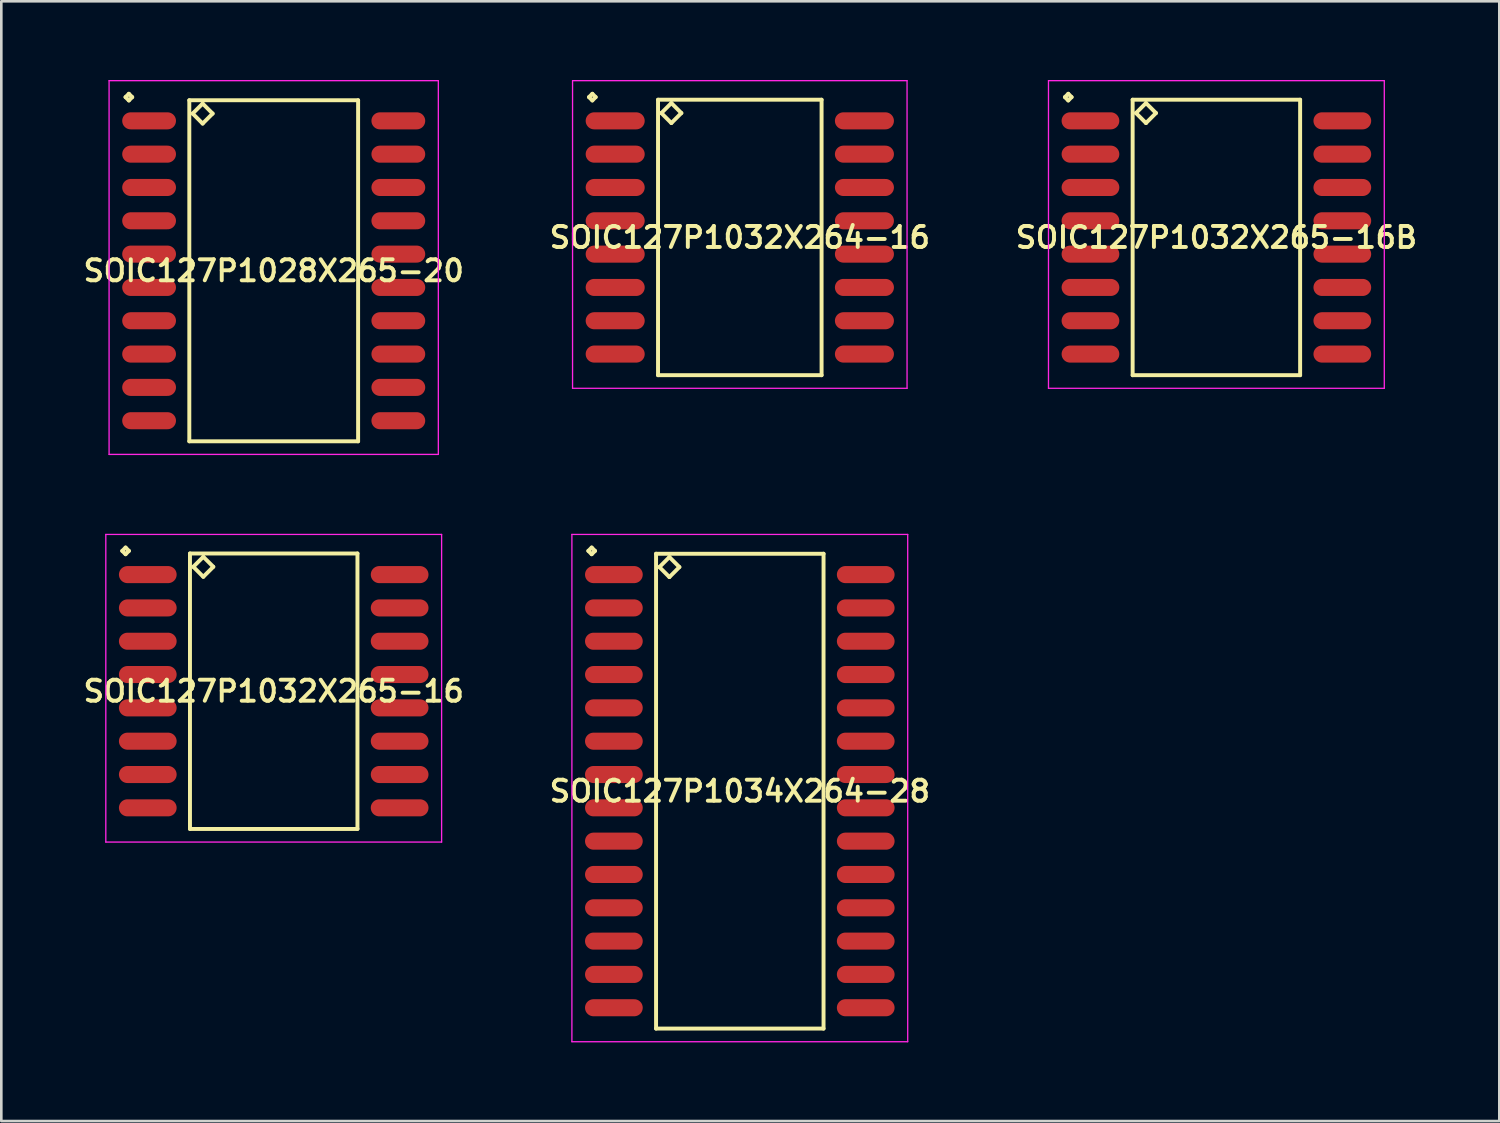
<source format=kicad_pcb>
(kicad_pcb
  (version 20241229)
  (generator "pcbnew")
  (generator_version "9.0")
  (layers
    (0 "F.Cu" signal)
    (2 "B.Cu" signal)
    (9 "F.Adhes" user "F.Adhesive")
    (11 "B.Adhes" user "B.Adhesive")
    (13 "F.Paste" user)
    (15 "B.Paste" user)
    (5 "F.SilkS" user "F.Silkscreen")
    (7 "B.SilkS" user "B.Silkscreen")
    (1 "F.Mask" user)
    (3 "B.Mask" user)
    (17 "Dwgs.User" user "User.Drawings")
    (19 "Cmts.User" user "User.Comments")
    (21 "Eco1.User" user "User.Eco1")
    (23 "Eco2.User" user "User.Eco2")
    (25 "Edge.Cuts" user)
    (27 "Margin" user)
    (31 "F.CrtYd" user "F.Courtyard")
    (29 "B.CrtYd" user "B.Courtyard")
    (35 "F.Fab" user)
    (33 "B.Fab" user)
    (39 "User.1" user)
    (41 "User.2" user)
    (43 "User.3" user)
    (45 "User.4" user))
  (footprint "SOIC127P1032X265-16"
    (layer "F.Cu")
    (at 7.383 23.297)
    (property "Reference" "SOIC127P1032X265-16" (at 0 0 0) (layer "F.SilkS") (effects (font (size 0.8 0.8) (thickness 0.15))))
    (attr smd)
    (fp_line (start -5.773 -5.349) (end -5.646 -5.476) (stroke (width 0.15) (type solid)) (layer "F.SilkS"))
    (fp_line (start -5.646 -5.476) (end -5.519 -5.349) (stroke (width 0.15) (type solid)) (layer "F.SilkS"))
    (fp_line (start -5.646 -5.222) (end -5.773 -5.349) (stroke (width 0.15) (type solid)) (layer "F.SilkS"))
    (fp_line (start -5.519 -5.349) (end -5.646 -5.222) (stroke (width 0.15) (type solid)) (layer "F.SilkS"))
    (fp_line (start -3.192 -5.25) (end -3.192 5.25) (stroke (width 0.15) (type solid)) (layer "F.SilkS"))
    (fp_line (start -3.192 5.25) (end 3.192 5.25) (stroke (width 0.15) (type solid)) (layer "F.SilkS"))
    (fp_line (start -3.065 -4.742) (end -2.684 -5.123) (stroke (width 0.15) (type solid)) (layer "F.SilkS"))
    (fp_line (start -2.684 -5.123) (end -2.303 -4.742) (stroke (width 0.15) (type solid)) (layer "F.SilkS"))
    (fp_line (start -2.684 -4.361) (end -3.065 -4.742) (stroke (width 0.15) (type solid)) (layer "F.SilkS"))
    (fp_line (start -2.303 -4.742) (end -2.684 -4.361) (stroke (width 0.15) (type solid)) (layer "F.SilkS"))
    (fp_line (start 3.192 -5.25) (end -3.192 -5.25) (stroke (width 0.15) (type solid)) (layer "F.SilkS"))
    (fp_line (start 3.192 5.25) (end 3.192 -5.25) (stroke (width 0.15) (type solid)) (layer "F.SilkS"))
    (fp_line (start -6.4 -5.976) (end 6.4 -5.976) (stroke (width 0.05) (type solid)) (layer "F.CrtYd"))
    (fp_line (start -6.4 5.75) (end -6.4 -5.976) (stroke (width 0.05) (type solid)) (layer "F.CrtYd"))
    (fp_line (start 6.4 -5.976) (end 6.4 5.75) (stroke (width 0.05) (type solid)) (layer "F.CrtYd"))
    (fp_line (start 6.4 5.75) (end -6.4 5.75) (stroke (width 0.05) (type solid)) (layer "F.CrtYd"))
    (pad "1" smd oval (at -4.8 -4.445) (size 2.2 0.65) (layers "F.Cu" "F.Mask" "F.Paste"))
    (pad "2" smd oval (at -4.8 -3.175) (size 2.2 0.65) (layers "F.Cu" "F.Mask" "F.Paste"))
    (pad "3" smd oval (at -4.8 -1.905) (size 2.2 0.65) (layers "F.Cu" "F.Mask" "F.Paste"))
    (pad "4" smd oval (at -4.8 -0.635) (size 2.2 0.65) (layers "F.Cu" "F.Mask" "F.Paste"))
    (pad "5" smd oval (at -4.8 0.635) (size 2.2 0.65) (layers "F.Cu" "F.Mask" "F.Paste"))
    (pad "6" smd oval (at -4.8 1.905) (size 2.2 0.65) (layers "F.Cu" "F.Mask" "F.Paste"))
    (pad "7" smd oval (at -4.8 3.175) (size 2.2 0.65) (layers "F.Cu" "F.Mask" "F.Paste"))
    (pad "8" smd oval (at -4.8 4.445) (size 2.2 0.65) (layers "F.Cu" "F.Mask" "F.Paste"))
    (pad "9" smd oval (at 4.8 4.445) (size 2.2 0.65) (layers "F.Cu" "F.Mask" "F.Paste"))
    (pad "10" smd oval (at 4.8 3.175) (size 2.2 0.65) (layers "F.Cu" "F.Mask" "F.Paste"))
    (pad "11" smd oval (at 4.8 1.905) (size 2.2 0.65) (layers "F.Cu" "F.Mask" "F.Paste"))
    (pad "12" smd oval (at 4.8 0.635) (size 2.2 0.65) (layers "F.Cu" "F.Mask" "F.Paste"))
    (pad "13" smd oval (at 4.8 -0.635) (size 2.2 0.65) (layers "F.Cu" "F.Mask" "F.Paste"))
    (pad "14" smd oval (at 4.8 -1.905) (size 2.2 0.65) (layers "F.Cu" "F.Mask" "F.Paste"))
    (pad "15" smd oval (at 4.8 -3.175) (size 2.2 0.65) (layers "F.Cu" "F.Mask" "F.Paste"))
    (pad "16" smd oval (at 4.8 -4.445) (size 2.2 0.65) (layers "F.Cu" "F.Mask" "F.Paste")))
  (footprint "SOIC127P1032X264-16"
    (layer "F.Cu")
    (at 25.149 6.001)
    (property "Reference" "SOIC127P1032X264-16" (at 0 0 0) (layer "F.SilkS") (effects (font (size 0.8 0.8) (thickness 0.15))))
    (attr smd)
    (fp_line (start -5.748 -5.349) (end -5.621 -5.476) (stroke (width 0.15) (type solid)) (layer "F.SilkS"))
    (fp_line (start -5.621 -5.476) (end -5.494 -5.349) (stroke (width 0.15) (type solid)) (layer "F.SilkS"))
    (fp_line (start -5.621 -5.222) (end -5.748 -5.349) (stroke (width 0.15) (type solid)) (layer "F.SilkS"))
    (fp_line (start -5.494 -5.349) (end -5.621 -5.222) (stroke (width 0.15) (type solid)) (layer "F.SilkS"))
    (fp_line (start -3.117 -5.25) (end -3.117 5.25) (stroke (width 0.15) (type solid)) (layer "F.SilkS"))
    (fp_line (start -3.117 5.25) (end 3.117 5.25) (stroke (width 0.15) (type solid)) (layer "F.SilkS"))
    (fp_line (start -2.99 -4.742) (end -2.609 -5.123) (stroke (width 0.15) (type solid)) (layer "F.SilkS"))
    (fp_line (start -2.609 -5.123) (end -2.228 -4.742) (stroke (width 0.15) (type solid)) (layer "F.SilkS"))
    (fp_line (start -2.609 -4.361) (end -2.99 -4.742) (stroke (width 0.15) (type solid)) (layer "F.SilkS"))
    (fp_line (start -2.228 -4.742) (end -2.609 -4.361) (stroke (width 0.15) (type solid)) (layer "F.SilkS"))
    (fp_line (start 3.117 -5.25) (end -3.117 -5.25) (stroke (width 0.15) (type solid)) (layer "F.SilkS"))
    (fp_line (start 3.117 5.25) (end 3.117 -5.25) (stroke (width 0.15) (type solid)) (layer "F.SilkS"))
    (fp_line (start -6.375 -5.976) (end 6.375 -5.976) (stroke (width 0.05) (type solid)) (layer "F.CrtYd"))
    (fp_line (start -6.375 5.75) (end -6.375 -5.976) (stroke (width 0.05) (type solid)) (layer "F.CrtYd"))
    (fp_line (start 6.375 -5.976) (end 6.375 5.75) (stroke (width 0.05) (type solid)) (layer "F.CrtYd"))
    (fp_line (start 6.375 5.75) (end -6.375 5.75) (stroke (width 0.05) (type solid)) (layer "F.CrtYd"))
    (pad "1" smd oval (at -4.75 -4.445) (size 2.25 0.65) (layers "F.Cu" "F.Mask" "F.Paste"))
    (pad "2" smd oval (at -4.75 -3.175) (size 2.25 0.65) (layers "F.Cu" "F.Mask" "F.Paste"))
    (pad "3" smd oval (at -4.75 -1.905) (size 2.25 0.65) (layers "F.Cu" "F.Mask" "F.Paste"))
    (pad "4" smd oval (at -4.75 -0.635) (size 2.25 0.65) (layers "F.Cu" "F.Mask" "F.Paste"))
    (pad "5" smd oval (at -4.75 0.635) (size 2.25 0.65) (layers "F.Cu" "F.Mask" "F.Paste"))
    (pad "6" smd oval (at -4.75 1.905) (size 2.25 0.65) (layers "F.Cu" "F.Mask" "F.Paste"))
    (pad "7" smd oval (at -4.75 3.175) (size 2.25 0.65) (layers "F.Cu" "F.Mask" "F.Paste"))
    (pad "8" smd oval (at -4.75 4.445) (size 2.25 0.65) (layers "F.Cu" "F.Mask" "F.Paste"))
    (pad "9" smd oval (at 4.75 4.445) (size 2.25 0.65) (layers "F.Cu" "F.Mask" "F.Paste"))
    (pad "10" smd oval (at 4.75 3.175) (size 2.25 0.65) (layers "F.Cu" "F.Mask" "F.Paste"))
    (pad "11" smd oval (at 4.75 1.905) (size 2.25 0.65) (layers "F.Cu" "F.Mask" "F.Paste"))
    (pad "12" smd oval (at 4.75 0.635) (size 2.25 0.65) (layers "F.Cu" "F.Mask" "F.Paste"))
    (pad "13" smd oval (at 4.75 -0.635) (size 2.25 0.65) (layers "F.Cu" "F.Mask" "F.Paste"))
    (pad "14" smd oval (at 4.75 -1.905) (size 2.25 0.65) (layers "F.Cu" "F.Mask" "F.Paste"))
    (pad "15" smd oval (at 4.75 -3.175) (size 2.25 0.65) (layers "F.Cu" "F.Mask" "F.Paste"))
    (pad "16" smd oval (at 4.75 -4.445) (size 2.25 0.65) (layers "F.Cu" "F.Mask" "F.Paste")))
  (footprint "SOIC127P1032X265-16B"
    (layer "F.Cu")
    (at 43.315 6.001)
    (property "Reference" "SOIC127P1032X265-16B" (at 0 0 0) (layer "F.SilkS") (effects (font (size 0.8 0.8) (thickness 0.15))))
    (attr smd)
    (fp_line (start -5.773 -5.349) (end -5.646 -5.476) (stroke (width 0.15) (type solid)) (layer "F.SilkS"))
    (fp_line (start -5.646 -5.476) (end -5.519 -5.349) (stroke (width 0.15) (type solid)) (layer "F.SilkS"))
    (fp_line (start -5.646 -5.222) (end -5.773 -5.349) (stroke (width 0.15) (type solid)) (layer "F.SilkS"))
    (fp_line (start -5.519 -5.349) (end -5.646 -5.222) (stroke (width 0.15) (type solid)) (layer "F.SilkS"))
    (fp_line (start -3.192 -5.25) (end -3.192 5.25) (stroke (width 0.15) (type solid)) (layer "F.SilkS"))
    (fp_line (start -3.192 5.25) (end 3.192 5.25) (stroke (width 0.15) (type solid)) (layer "F.SilkS"))
    (fp_line (start -3.065 -4.742) (end -2.684 -5.123) (stroke (width 0.15) (type solid)) (layer "F.SilkS"))
    (fp_line (start -2.684 -5.123) (end -2.303 -4.742) (stroke (width 0.15) (type solid)) (layer "F.SilkS"))
    (fp_line (start -2.684 -4.361) (end -3.065 -4.742) (stroke (width 0.15) (type solid)) (layer "F.SilkS"))
    (fp_line (start -2.303 -4.742) (end -2.684 -4.361) (stroke (width 0.15) (type solid)) (layer "F.SilkS"))
    (fp_line (start 3.192 -5.25) (end -3.192 -5.25) (stroke (width 0.15) (type solid)) (layer "F.SilkS"))
    (fp_line (start 3.192 5.25) (end 3.192 -5.25) (stroke (width 0.15) (type solid)) (layer "F.SilkS"))
    (fp_line (start -6.4 -5.976) (end 6.4 -5.976) (stroke (width 0.05) (type solid)) (layer "F.CrtYd"))
    (fp_line (start -6.4 5.75) (end -6.4 -5.976) (stroke (width 0.05) (type solid)) (layer "F.CrtYd"))
    (fp_line (start 6.4 -5.976) (end 6.4 5.75) (stroke (width 0.05) (type solid)) (layer "F.CrtYd"))
    (fp_line (start 6.4 5.75) (end -6.4 5.75) (stroke (width 0.05) (type solid)) (layer "F.CrtYd"))
    (pad "1" smd oval (at -4.8 -4.445) (size 2.2 0.65) (layers "F.Cu" "F.Mask" "F.Paste"))
    (pad "2" smd oval (at -4.8 -3.175) (size 2.2 0.65) (layers "F.Cu" "F.Mask" "F.Paste"))
    (pad "3" smd oval (at -4.8 -1.905) (size 2.2 0.65) (layers "F.Cu" "F.Mask" "F.Paste"))
    (pad "4" smd oval (at -4.8 -0.635) (size 2.2 0.65) (layers "F.Cu" "F.Mask" "F.Paste"))
    (pad "5" smd oval (at -4.8 0.635) (size 2.2 0.65) (layers "F.Cu" "F.Mask" "F.Paste"))
    (pad "6" smd oval (at -4.8 1.905) (size 2.2 0.65) (layers "F.Cu" "F.Mask" "F.Paste"))
    (pad "7" smd oval (at -4.8 3.175) (size 2.2 0.65) (layers "F.Cu" "F.Mask" "F.Paste"))
    (pad "8" smd oval (at -4.8 4.445) (size 2.2 0.65) (layers "F.Cu" "F.Mask" "F.Paste"))
    (pad "9" smd oval (at 4.8 4.445) (size 2.2 0.65) (layers "F.Cu" "F.Mask" "F.Paste"))
    (pad "10" smd oval (at 4.8 3.175) (size 2.2 0.65) (layers "F.Cu" "F.Mask" "F.Paste"))
    (pad "11" smd oval (at 4.8 1.905) (size 2.2 0.65) (layers "F.Cu" "F.Mask" "F.Paste"))
    (pad "12" smd oval (at 4.8 0.635) (size 2.2 0.65) (layers "F.Cu" "F.Mask" "F.Paste"))
    (pad "13" smd oval (at 4.8 -0.635) (size 2.2 0.65) (layers "F.Cu" "F.Mask" "F.Paste"))
    (pad "14" smd oval (at 4.8 -1.905) (size 2.2 0.65) (layers "F.Cu" "F.Mask" "F.Paste"))
    (pad "15" smd oval (at 4.8 -3.175) (size 2.2 0.65) (layers "F.Cu" "F.Mask" "F.Paste"))
    (pad "16" smd oval (at 4.8 -4.445) (size 2.2 0.65) (layers "F.Cu" "F.Mask" "F.Paste")))
  (footprint "SOIC127P1034X264-28"
    (layer "F.Cu")
    (at 25.149 27.107)
    (property "Reference" "SOIC127P1034X264-28" (at 0 0 0) (layer "F.SilkS") (effects (font (size 0.8 0.8) (thickness 0.15))))
    (attr smd)
    (fp_line (start -5.773 -9.159) (end -5.646 -9.286) (stroke (width 0.15) (type solid)) (layer "F.SilkS"))
    (fp_line (start -5.646 -9.286) (end -5.519 -9.159) (stroke (width 0.15) (type solid)) (layer "F.SilkS"))
    (fp_line (start -5.646 -9.032) (end -5.773 -9.159) (stroke (width 0.15) (type solid)) (layer "F.SilkS"))
    (fp_line (start -5.519 -9.159) (end -5.646 -9.032) (stroke (width 0.15) (type solid)) (layer "F.SilkS"))
    (fp_line (start -3.192 -9.05) (end -3.192 9.05) (stroke (width 0.15) (type solid)) (layer "F.SilkS"))
    (fp_line (start -3.192 9.05) (end 3.192 9.05) (stroke (width 0.15) (type solid)) (layer "F.SilkS"))
    (fp_line (start -3.065 -8.542) (end -2.684 -8.923) (stroke (width 0.15) (type solid)) (layer "F.SilkS"))
    (fp_line (start -2.684 -8.923) (end -2.303 -8.542) (stroke (width 0.15) (type solid)) (layer "F.SilkS"))
    (fp_line (start -2.684 -8.161) (end -3.065 -8.542) (stroke (width 0.15) (type solid)) (layer "F.SilkS"))
    (fp_line (start -2.303 -8.542) (end -2.684 -8.161) (stroke (width 0.15) (type solid)) (layer "F.SilkS"))
    (fp_line (start 3.192 -9.05) (end -3.192 -9.05) (stroke (width 0.15) (type solid)) (layer "F.SilkS"))
    (fp_line (start 3.192 9.05) (end 3.192 -9.05) (stroke (width 0.15) (type solid)) (layer "F.SilkS"))
    (fp_line (start -6.4 -9.786) (end 6.4 -9.786) (stroke (width 0.05) (type solid)) (layer "F.CrtYd"))
    (fp_line (start -6.4 9.55) (end -6.4 -9.786) (stroke (width 0.05) (type solid)) (layer "F.CrtYd"))
    (fp_line (start 6.4 -9.786) (end 6.4 9.55) (stroke (width 0.05) (type solid)) (layer "F.CrtYd"))
    (fp_line (start 6.4 9.55) (end -6.4 9.55) (stroke (width 0.05) (type solid)) (layer "F.CrtYd"))
    (pad "1" smd oval (at -4.8 -8.255) (size 2.2 0.65) (layers "F.Cu" "F.Mask" "F.Paste"))
    (pad "2" smd oval (at -4.8 -6.985) (size 2.2 0.65) (layers "F.Cu" "F.Mask" "F.Paste"))
    (pad "3" smd oval (at -4.8 -5.715) (size 2.2 0.65) (layers "F.Cu" "F.Mask" "F.Paste"))
    (pad "4" smd oval (at -4.8 -4.445) (size 2.2 0.65) (layers "F.Cu" "F.Mask" "F.Paste"))
    (pad "5" smd oval (at -4.8 -3.175) (size 2.2 0.65) (layers "F.Cu" "F.Mask" "F.Paste"))
    (pad "6" smd oval (at -4.8 -1.905) (size 2.2 0.65) (layers "F.Cu" "F.Mask" "F.Paste"))
    (pad "7" smd oval (at -4.8 -0.635) (size 2.2 0.65) (layers "F.Cu" "F.Mask" "F.Paste"))
    (pad "8" smd oval (at -4.8 0.635) (size 2.2 0.65) (layers "F.Cu" "F.Mask" "F.Paste"))
    (pad "9" smd oval (at -4.8 1.905) (size 2.2 0.65) (layers "F.Cu" "F.Mask" "F.Paste"))
    (pad "10" smd oval (at -4.8 3.175) (size 2.2 0.65) (layers "F.Cu" "F.Mask" "F.Paste"))
    (pad "11" smd oval (at -4.8 4.445) (size 2.2 0.65) (layers "F.Cu" "F.Mask" "F.Paste"))
    (pad "12" smd oval (at -4.8 5.715) (size 2.2 0.65) (layers "F.Cu" "F.Mask" "F.Paste"))
    (pad "13" smd oval (at -4.8 6.985) (size 2.2 0.65) (layers "F.Cu" "F.Mask" "F.Paste"))
    (pad "14" smd oval (at -4.8 8.255) (size 2.2 0.65) (layers "F.Cu" "F.Mask" "F.Paste"))
    (pad "15" smd oval (at 4.8 8.255) (size 2.2 0.65) (layers "F.Cu" "F.Mask" "F.Paste"))
    (pad "16" smd oval (at 4.8 6.985) (size 2.2 0.65) (layers "F.Cu" "F.Mask" "F.Paste"))
    (pad "17" smd oval (at 4.8 5.715) (size 2.2 0.65) (layers "F.Cu" "F.Mask" "F.Paste"))
    (pad "18" smd oval (at 4.8 4.445) (size 2.2 0.65) (layers "F.Cu" "F.Mask" "F.Paste"))
    (pad "19" smd oval (at 4.8 3.175) (size 2.2 0.65) (layers "F.Cu" "F.Mask" "F.Paste"))
    (pad "20" smd oval (at 4.8 1.905) (size 2.2 0.65) (layers "F.Cu" "F.Mask" "F.Paste"))
    (pad "21" smd oval (at 4.8 0.635) (size 2.2 0.65) (layers "F.Cu" "F.Mask" "F.Paste"))
    (pad "22" smd oval (at 4.8 -0.635) (size 2.2 0.65) (layers "F.Cu" "F.Mask" "F.Paste"))
    (pad "23" smd oval (at 4.8 -1.905) (size 2.2 0.65) (layers "F.Cu" "F.Mask" "F.Paste"))
    (pad "24" smd oval (at 4.8 -3.175) (size 2.2 0.65) (layers "F.Cu" "F.Mask" "F.Paste"))
    (pad "25" smd oval (at 4.8 -4.445) (size 2.2 0.65) (layers "F.Cu" "F.Mask" "F.Paste"))
    (pad "26" smd oval (at 4.8 -5.715) (size 2.2 0.65) (layers "F.Cu" "F.Mask" "F.Paste"))
    (pad "27" smd oval (at 4.8 -6.985) (size 2.2 0.65) (layers "F.Cu" "F.Mask" "F.Paste"))
    (pad "28" smd oval (at 4.8 -8.255) (size 2.2 0.65) (layers "F.Cu" "F.Mask" "F.Paste")))
  (footprint "SOIC127P1028X265-20"
    (layer "F.Cu")
    (at 7.383 7.271)
    (property "Reference" "SOIC127P1028X265-20" (at 0 0 0) (layer "F.SilkS") (effects (font (size 0.8 0.8) (thickness 0.15))))
    (attr smd)
    (fp_line (start -5.648 -6.619) (end -5.521 -6.746) (stroke (width 0.15) (type solid)) (layer "F.SilkS"))
    (fp_line (start -5.521 -6.746) (end -5.394 -6.619) (stroke (width 0.15) (type solid)) (layer "F.SilkS"))
    (fp_line (start -5.521 -6.492) (end -5.648 -6.619) (stroke (width 0.15) (type solid)) (layer "F.SilkS"))
    (fp_line (start -5.394 -6.619) (end -5.521 -6.492) (stroke (width 0.15) (type solid)) (layer "F.SilkS"))
    (fp_line (start -3.217 -6.5) (end -3.217 6.5) (stroke (width 0.15) (type solid)) (layer "F.SilkS"))
    (fp_line (start -3.217 6.5) (end 3.217 6.5) (stroke (width 0.15) (type solid)) (layer "F.SilkS"))
    (fp_line (start -3.09 -5.992) (end -2.709 -6.373) (stroke (width 0.15) (type solid)) (layer "F.SilkS"))
    (fp_line (start -2.709 -6.373) (end -2.328 -5.992) (stroke (width 0.15) (type solid)) (layer "F.SilkS"))
    (fp_line (start -2.709 -5.611) (end -3.09 -5.992) (stroke (width 0.15) (type solid)) (layer "F.SilkS"))
    (fp_line (start -2.328 -5.992) (end -2.709 -5.611) (stroke (width 0.15) (type solid)) (layer "F.SilkS"))
    (fp_line (start 3.217 -6.5) (end -3.217 -6.5) (stroke (width 0.15) (type solid)) (layer "F.SilkS"))
    (fp_line (start 3.217 6.5) (end 3.217 -6.5) (stroke (width 0.15) (type solid)) (layer "F.SilkS"))
    (fp_line (start -6.275 -7.246) (end 6.275 -7.246) (stroke (width 0.05) (type solid)) (layer "F.CrtYd"))
    (fp_line (start -6.275 7) (end -6.275 -7.246) (stroke (width 0.05) (type solid)) (layer "F.CrtYd"))
    (fp_line (start 6.275 -7.246) (end 6.275 7) (stroke (width 0.05) (type solid)) (layer "F.CrtYd"))
    (fp_line (start 6.275 7) (end -6.275 7) (stroke (width 0.05) (type solid)) (layer "F.CrtYd"))
    (pad "1" smd oval (at -4.75 -5.715) (size 2.05 0.65) (layers "F.Cu" "F.Mask" "F.Paste"))
    (pad "2" smd oval (at -4.75 -4.445) (size 2.05 0.65) (layers "F.Cu" "F.Mask" "F.Paste"))
    (pad "3" smd oval (at -4.75 -3.175) (size 2.05 0.65) (layers "F.Cu" "F.Mask" "F.Paste"))
    (pad "4" smd oval (at -4.75 -1.905) (size 2.05 0.65) (layers "F.Cu" "F.Mask" "F.Paste"))
    (pad "5" smd oval (at -4.75 -0.635) (size 2.05 0.65) (layers "F.Cu" "F.Mask" "F.Paste"))
    (pad "6" smd oval (at -4.75 0.635) (size 2.05 0.65) (layers "F.Cu" "F.Mask" "F.Paste"))
    (pad "7" smd oval (at -4.75 1.905) (size 2.05 0.65) (layers "F.Cu" "F.Mask" "F.Paste"))
    (pad "8" smd oval (at -4.75 3.175) (size 2.05 0.65) (layers "F.Cu" "F.Mask" "F.Paste"))
    (pad "9" smd oval (at -4.75 4.445) (size 2.05 0.65) (layers "F.Cu" "F.Mask" "F.Paste"))
    (pad "10" smd oval (at -4.75 5.715) (size 2.05 0.65) (layers "F.Cu" "F.Mask" "F.Paste"))
    (pad "11" smd oval (at 4.75 5.715) (size 2.05 0.65) (layers "F.Cu" "F.Mask" "F.Paste"))
    (pad "12" smd oval (at 4.75 4.445) (size 2.05 0.65) (layers "F.Cu" "F.Mask" "F.Paste"))
    (pad "13" smd oval (at 4.75 3.175) (size 2.05 0.65) (layers "F.Cu" "F.Mask" "F.Paste"))
    (pad "14" smd oval (at 4.75 1.905) (size 2.05 0.65) (layers "F.Cu" "F.Mask" "F.Paste"))
    (pad "15" smd oval (at 4.75 0.635) (size 2.05 0.65) (layers "F.Cu" "F.Mask" "F.Paste"))
    (pad "16" smd oval (at 4.75 -0.635) (size 2.05 0.65) (layers "F.Cu" "F.Mask" "F.Paste"))
    (pad "17" smd oval (at 4.75 -1.905) (size 2.05 0.65) (layers "F.Cu" "F.Mask" "F.Paste"))
    (pad "18" smd oval (at 4.75 -3.175) (size 2.05 0.65) (layers "F.Cu" "F.Mask" "F.Paste"))
    (pad "19" smd oval (at 4.75 -4.445) (size 2.05 0.65) (layers "F.Cu" "F.Mask" "F.Paste"))
    (pad "20" smd oval (at 4.75 -5.715) (size 2.05 0.65) (layers "F.Cu" "F.Mask" "F.Paste")))
  (gr_rect
    (start -3 -3)
    (end 54.099 39.682)
    (stroke (width 0.1) (type default))
    (fill no)
    (layer "Edge.Cuts")))
</source>
